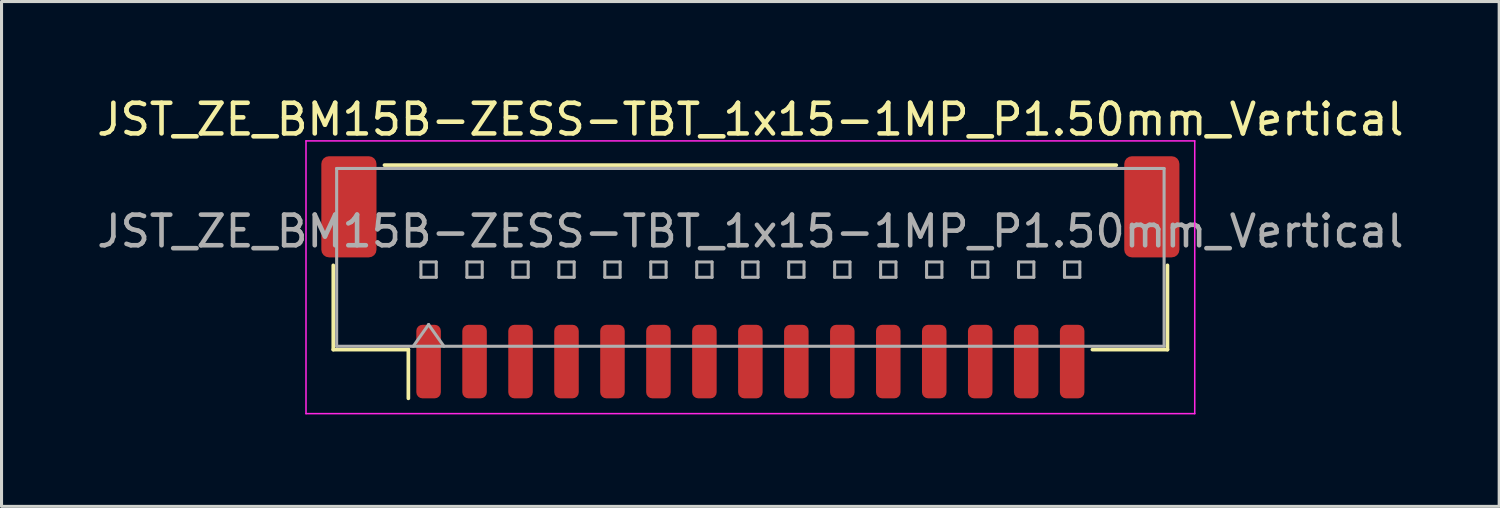
<source format=kicad_pcb>
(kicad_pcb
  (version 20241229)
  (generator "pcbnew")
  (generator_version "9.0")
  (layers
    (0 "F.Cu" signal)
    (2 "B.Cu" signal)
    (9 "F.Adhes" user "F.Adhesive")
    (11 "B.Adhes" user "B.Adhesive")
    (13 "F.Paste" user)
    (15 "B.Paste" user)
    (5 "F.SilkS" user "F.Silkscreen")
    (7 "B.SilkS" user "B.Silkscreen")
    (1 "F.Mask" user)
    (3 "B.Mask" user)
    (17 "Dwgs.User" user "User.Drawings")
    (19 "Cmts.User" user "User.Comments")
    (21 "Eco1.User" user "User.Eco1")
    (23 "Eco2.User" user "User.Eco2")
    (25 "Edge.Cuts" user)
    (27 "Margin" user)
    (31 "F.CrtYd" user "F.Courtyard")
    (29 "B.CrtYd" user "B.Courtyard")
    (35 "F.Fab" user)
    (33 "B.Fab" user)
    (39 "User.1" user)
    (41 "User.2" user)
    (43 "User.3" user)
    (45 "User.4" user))
  (footprint "JST_ZE_BM15B-ZESS-TBT_1x15-1MP_P1.50mm_Vertical"
    (layer "F.Cu")
    (at 21.435 5.998)
    (property "Reference" "JST_ZE_BM15B-ZESS-TBT_1x15-1MP_P1.50mm_Vertical" (at 0 -5.15 0) (layer "F.SilkS") (effects (font (size 1 1) (thickness 0.15))))
    (attr smd)
    (fp_line (start -13.61 -0.39) (end -13.61 2.36) (stroke (width 0.12) (type solid)) (layer "F.SilkS"))
    (fp_line (start -13.61 2.36) (end -11.16 2.36) (stroke (width 0.12) (type solid)) (layer "F.SilkS"))
    (fp_line (start -11.94 -3.66) (end 11.94 -3.66) (stroke (width 0.12) (type solid)) (layer "F.SilkS"))
    (fp_line (start -11.16 2.36) (end -11.16 3.95) (stroke (width 0.12) (type solid)) (layer "F.SilkS"))
    (fp_line (start 13.61 -0.39) (end 13.61 2.36) (stroke (width 0.12) (type solid)) (layer "F.SilkS"))
    (fp_line (start 13.61 2.36) (end 11.16 2.36) (stroke (width 0.12) (type solid)) (layer "F.SilkS"))
    (fp_line (start -14.5 -4.45) (end -14.5 4.45) (stroke (width 0.05) (type solid)) (layer "F.CrtYd"))
    (fp_line (start -14.5 4.45) (end 14.5 4.45) (stroke (width 0.05) (type solid)) (layer "F.CrtYd"))
    (fp_line (start 14.5 -4.45) (end -14.5 -4.45) (stroke (width 0.05) (type solid)) (layer "F.CrtYd"))
    (fp_line (start 14.5 4.45) (end 14.5 -4.45) (stroke (width 0.05) (type solid)) (layer "F.CrtYd"))
    (fp_line (start -13.5 -3.55) (end 13.5 -3.55) (stroke (width 0.1) (type solid)) (layer "F.Fab"))
    (fp_line (start -13.5 2.25) (end -13.5 -3.55) (stroke (width 0.1) (type solid)) (layer "F.Fab"))
    (fp_line (start -13.5 2.25) (end 13.5 2.25) (stroke (width 0.1) (type solid)) (layer "F.Fab"))
    (fp_line (start -11 2.25) (end -10.5 1.543) (stroke (width 0.1) (type solid)) (layer "F.Fab"))
    (fp_line (start -10.75 -0.5) (end -10.75 0) (stroke (width 0.1) (type solid)) (layer "F.Fab"))
    (fp_line (start -10.75 0) (end -10.25 0) (stroke (width 0.1) (type solid)) (layer "F.Fab"))
    (fp_line (start -10.5 1.543) (end -10 2.25) (stroke (width 0.1) (type solid)) (layer "F.Fab"))
    (fp_line (start -10.25 -0.5) (end -10.75 -0.5) (stroke (width 0.1) (type solid)) (layer "F.Fab"))
    (fp_line (start -10.25 0) (end -10.25 -0.5) (stroke (width 0.1) (type solid)) (layer "F.Fab"))
    (fp_line (start -9.25 -0.5) (end -9.25 0) (stroke (width 0.1) (type solid)) (layer "F.Fab"))
    (fp_line (start -9.25 0) (end -8.75 0) (stroke (width 0.1) (type solid)) (layer "F.Fab"))
    (fp_line (start -8.75 -0.5) (end -9.25 -0.5) (stroke (width 0.1) (type solid)) (layer "F.Fab"))
    (fp_line (start -8.75 0) (end -8.75 -0.5) (stroke (width 0.1) (type solid)) (layer "F.Fab"))
    (fp_line (start -7.75 -0.5) (end -7.75 0) (stroke (width 0.1) (type solid)) (layer "F.Fab"))
    (fp_line (start -7.75 0) (end -7.25 0) (stroke (width 0.1) (type solid)) (layer "F.Fab"))
    (fp_line (start -7.25 -0.5) (end -7.75 -0.5) (stroke (width 0.1) (type solid)) (layer "F.Fab"))
    (fp_line (start -7.25 0) (end -7.25 -0.5) (stroke (width 0.1) (type solid)) (layer "F.Fab"))
    (fp_line (start -6.25 -0.5) (end -6.25 0) (stroke (width 0.1) (type solid)) (layer "F.Fab"))
    (fp_line (start -6.25 0) (end -5.75 0) (stroke (width 0.1) (type solid)) (layer "F.Fab"))
    (fp_line (start -5.75 -0.5) (end -6.25 -0.5) (stroke (width 0.1) (type solid)) (layer "F.Fab"))
    (fp_line (start -5.75 0) (end -5.75 -0.5) (stroke (width 0.1) (type solid)) (layer "F.Fab"))
    (fp_line (start -4.75 -0.5) (end -4.75 0) (stroke (width 0.1) (type solid)) (layer "F.Fab"))
    (fp_line (start -4.75 0) (end -4.25 0) (stroke (width 0.1) (type solid)) (layer "F.Fab"))
    (fp_line (start -4.25 -0.5) (end -4.75 -0.5) (stroke (width 0.1) (type solid)) (layer "F.Fab"))
    (fp_line (start -4.25 0) (end -4.25 -0.5) (stroke (width 0.1) (type solid)) (layer "F.Fab"))
    (fp_line (start -3.25 -0.5) (end -3.25 0) (stroke (width 0.1) (type solid)) (layer "F.Fab"))
    (fp_line (start -3.25 0) (end -2.75 0) (stroke (width 0.1) (type solid)) (layer "F.Fab"))
    (fp_line (start -2.75 -0.5) (end -3.25 -0.5) (stroke (width 0.1) (type solid)) (layer "F.Fab"))
    (fp_line (start -2.75 0) (end -2.75 -0.5) (stroke (width 0.1) (type solid)) (layer "F.Fab"))
    (fp_line (start -1.75 -0.5) (end -1.75 0) (stroke (width 0.1) (type solid)) (layer "F.Fab"))
    (fp_line (start -1.75 0) (end -1.25 0) (stroke (width 0.1) (type solid)) (layer "F.Fab"))
    (fp_line (start -1.25 -0.5) (end -1.75 -0.5) (stroke (width 0.1) (type solid)) (layer "F.Fab"))
    (fp_line (start -1.25 0) (end -1.25 -0.5) (stroke (width 0.1) (type solid)) (layer "F.Fab"))
    (fp_line (start -0.25 -0.5) (end -0.25 0) (stroke (width 0.1) (type solid)) (layer "F.Fab"))
    (fp_line (start -0.25 0) (end 0.25 0) (stroke (width 0.1) (type solid)) (layer "F.Fab"))
    (fp_line (start 0.25 -0.5) (end -0.25 -0.5) (stroke (width 0.1) (type solid)) (layer "F.Fab"))
    (fp_line (start 0.25 0) (end 0.25 -0.5) (stroke (width 0.1) (type solid)) (layer "F.Fab"))
    (fp_line (start 1.25 -0.5) (end 1.25 0) (stroke (width 0.1) (type solid)) (layer "F.Fab"))
    (fp_line (start 1.25 0) (end 1.75 0) (stroke (width 0.1) (type solid)) (layer "F.Fab"))
    (fp_line (start 1.75 -0.5) (end 1.25 -0.5) (stroke (width 0.1) (type solid)) (layer "F.Fab"))
    (fp_line (start 1.75 0) (end 1.75 -0.5) (stroke (width 0.1) (type solid)) (layer "F.Fab"))
    (fp_line (start 2.75 -0.5) (end 2.75 0) (stroke (width 0.1) (type solid)) (layer "F.Fab"))
    (fp_line (start 2.75 0) (end 3.25 0) (stroke (width 0.1) (type solid)) (layer "F.Fab"))
    (fp_line (start 3.25 -0.5) (end 2.75 -0.5) (stroke (width 0.1) (type solid)) (layer "F.Fab"))
    (fp_line (start 3.25 0) (end 3.25 -0.5) (stroke (width 0.1) (type solid)) (layer "F.Fab"))
    (fp_line (start 4.25 -0.5) (end 4.25 0) (stroke (width 0.1) (type solid)) (layer "F.Fab"))
    (fp_line (start 4.25 0) (end 4.75 0) (stroke (width 0.1) (type solid)) (layer "F.Fab"))
    (fp_line (start 4.75 -0.5) (end 4.25 -0.5) (stroke (width 0.1) (type solid)) (layer "F.Fab"))
    (fp_line (start 4.75 0) (end 4.75 -0.5) (stroke (width 0.1) (type solid)) (layer "F.Fab"))
    (fp_line (start 5.75 -0.5) (end 5.75 0) (stroke (width 0.1) (type solid)) (layer "F.Fab"))
    (fp_line (start 5.75 0) (end 6.25 0) (stroke (width 0.1) (type solid)) (layer "F.Fab"))
    (fp_line (start 6.25 -0.5) (end 5.75 -0.5) (stroke (width 0.1) (type solid)) (layer "F.Fab"))
    (fp_line (start 6.25 0) (end 6.25 -0.5) (stroke (width 0.1) (type solid)) (layer "F.Fab"))
    (fp_line (start 7.25 -0.5) (end 7.25 0) (stroke (width 0.1) (type solid)) (layer "F.Fab"))
    (fp_line (start 7.25 0) (end 7.75 0) (stroke (width 0.1) (type solid)) (layer "F.Fab"))
    (fp_line (start 7.75 -0.5) (end 7.25 -0.5) (stroke (width 0.1) (type solid)) (layer "F.Fab"))
    (fp_line (start 7.75 0) (end 7.75 -0.5) (stroke (width 0.1) (type solid)) (layer "F.Fab"))
    (fp_line (start 8.75 -0.5) (end 8.75 0) (stroke (width 0.1) (type solid)) (layer "F.Fab"))
    (fp_line (start 8.75 0) (end 9.25 0) (stroke (width 0.1) (type solid)) (layer "F.Fab"))
    (fp_line (start 9.25 -0.5) (end 8.75 -0.5) (stroke (width 0.1) (type solid)) (layer "F.Fab"))
    (fp_line (start 9.25 0) (end 9.25 -0.5) (stroke (width 0.1) (type solid)) (layer "F.Fab"))
    (fp_line (start 10.25 -0.5) (end 10.25 0) (stroke (width 0.1) (type solid)) (layer "F.Fab"))
    (fp_line (start 10.25 0) (end 10.75 0) (stroke (width 0.1) (type solid)) (layer "F.Fab"))
    (fp_line (start 10.75 -0.5) (end 10.25 -0.5) (stroke (width 0.1) (type solid)) (layer "F.Fab"))
    (fp_line (start 10.75 0) (end 10.75 -0.5) (stroke (width 0.1) (type solid)) (layer "F.Fab"))
    (fp_line (start 13.5 2.25) (end 13.5 -3.55) (stroke (width 0.1) (type solid)) (layer "F.Fab"))
    (fp_text user "${REFERENCE}" (at 0 -1.5 0) (layer "F.Fab") (effects (font (size 1 1) (thickness 0.15))))
    (pad "1" smd roundrect (at -10.5 2.75) (size 0.8 2.4) (layers "F.Cu" "F.Mask" "F.Paste") (roundrect_rratio 0.25))
    (pad "2" smd roundrect (at -9 2.75) (size 0.8 2.4) (layers "F.Cu" "F.Mask" "F.Paste") (roundrect_rratio 0.25))
    (pad "3" smd roundrect (at -7.5 2.75) (size 0.8 2.4) (layers "F.Cu" "F.Mask" "F.Paste") (roundrect_rratio 0.25))
    (pad "4" smd roundrect (at -6 2.75) (size 0.8 2.4) (layers "F.Cu" "F.Mask" "F.Paste") (roundrect_rratio 0.25))
    (pad "5" smd roundrect (at -4.5 2.75) (size 0.8 2.4) (layers "F.Cu" "F.Mask" "F.Paste") (roundrect_rratio 0.25))
    (pad "6" smd roundrect (at -3 2.75) (size 0.8 2.4) (layers "F.Cu" "F.Mask" "F.Paste") (roundrect_rratio 0.25))
    (pad "7" smd roundrect (at -1.5 2.75) (size 0.8 2.4) (layers "F.Cu" "F.Mask" "F.Paste") (roundrect_rratio 0.25))
    (pad "8" smd roundrect (at 0 2.75) (size 0.8 2.4) (layers "F.Cu" "F.Mask" "F.Paste") (roundrect_rratio 0.25))
    (pad "9" smd roundrect (at 1.5 2.75) (size 0.8 2.4) (layers "F.Cu" "F.Mask" "F.Paste") (roundrect_rratio 0.25))
    (pad "10" smd roundrect (at 3 2.75) (size 0.8 2.4) (layers "F.Cu" "F.Mask" "F.Paste") (roundrect_rratio 0.25))
    (pad "11" smd roundrect (at 4.5 2.75) (size 0.8 2.4) (layers "F.Cu" "F.Mask" "F.Paste") (roundrect_rratio 0.25))
    (pad "12" smd roundrect (at 6 2.75) (size 0.8 2.4) (layers "F.Cu" "F.Mask" "F.Paste") (roundrect_rratio 0.25))
    (pad "13" smd roundrect (at 7.5 2.75) (size 0.8 2.4) (layers "F.Cu" "F.Mask" "F.Paste") (roundrect_rratio 0.25))
    (pad "14" smd roundrect (at 9 2.75) (size 0.8 2.4) (layers "F.Cu" "F.Mask" "F.Paste") (roundrect_rratio 0.25))
    (pad "15" smd roundrect (at 10.5 2.75) (size 0.8 2.4) (layers "F.Cu" "F.Mask" "F.Paste") (roundrect_rratio 0.25))
    (pad "MP" smd roundrect (at -13.1 -2.3) (size 1.8 3.3) (layers "F.Cu" "F.Mask" "F.Paste") (roundrect_rratio 0.139))
    (pad "MP" smd roundrect (at 13.1 -2.3) (size 1.8 3.3) (layers "F.Cu" "F.Mask" "F.Paste") (roundrect_rratio 0.139)))
  (gr_rect
    (start -3 -3)
    (end 45.869 13.473)
    (stroke (width 0.1) (type default))
    (fill no)
    (layer "Edge.Cuts")))
</source>
